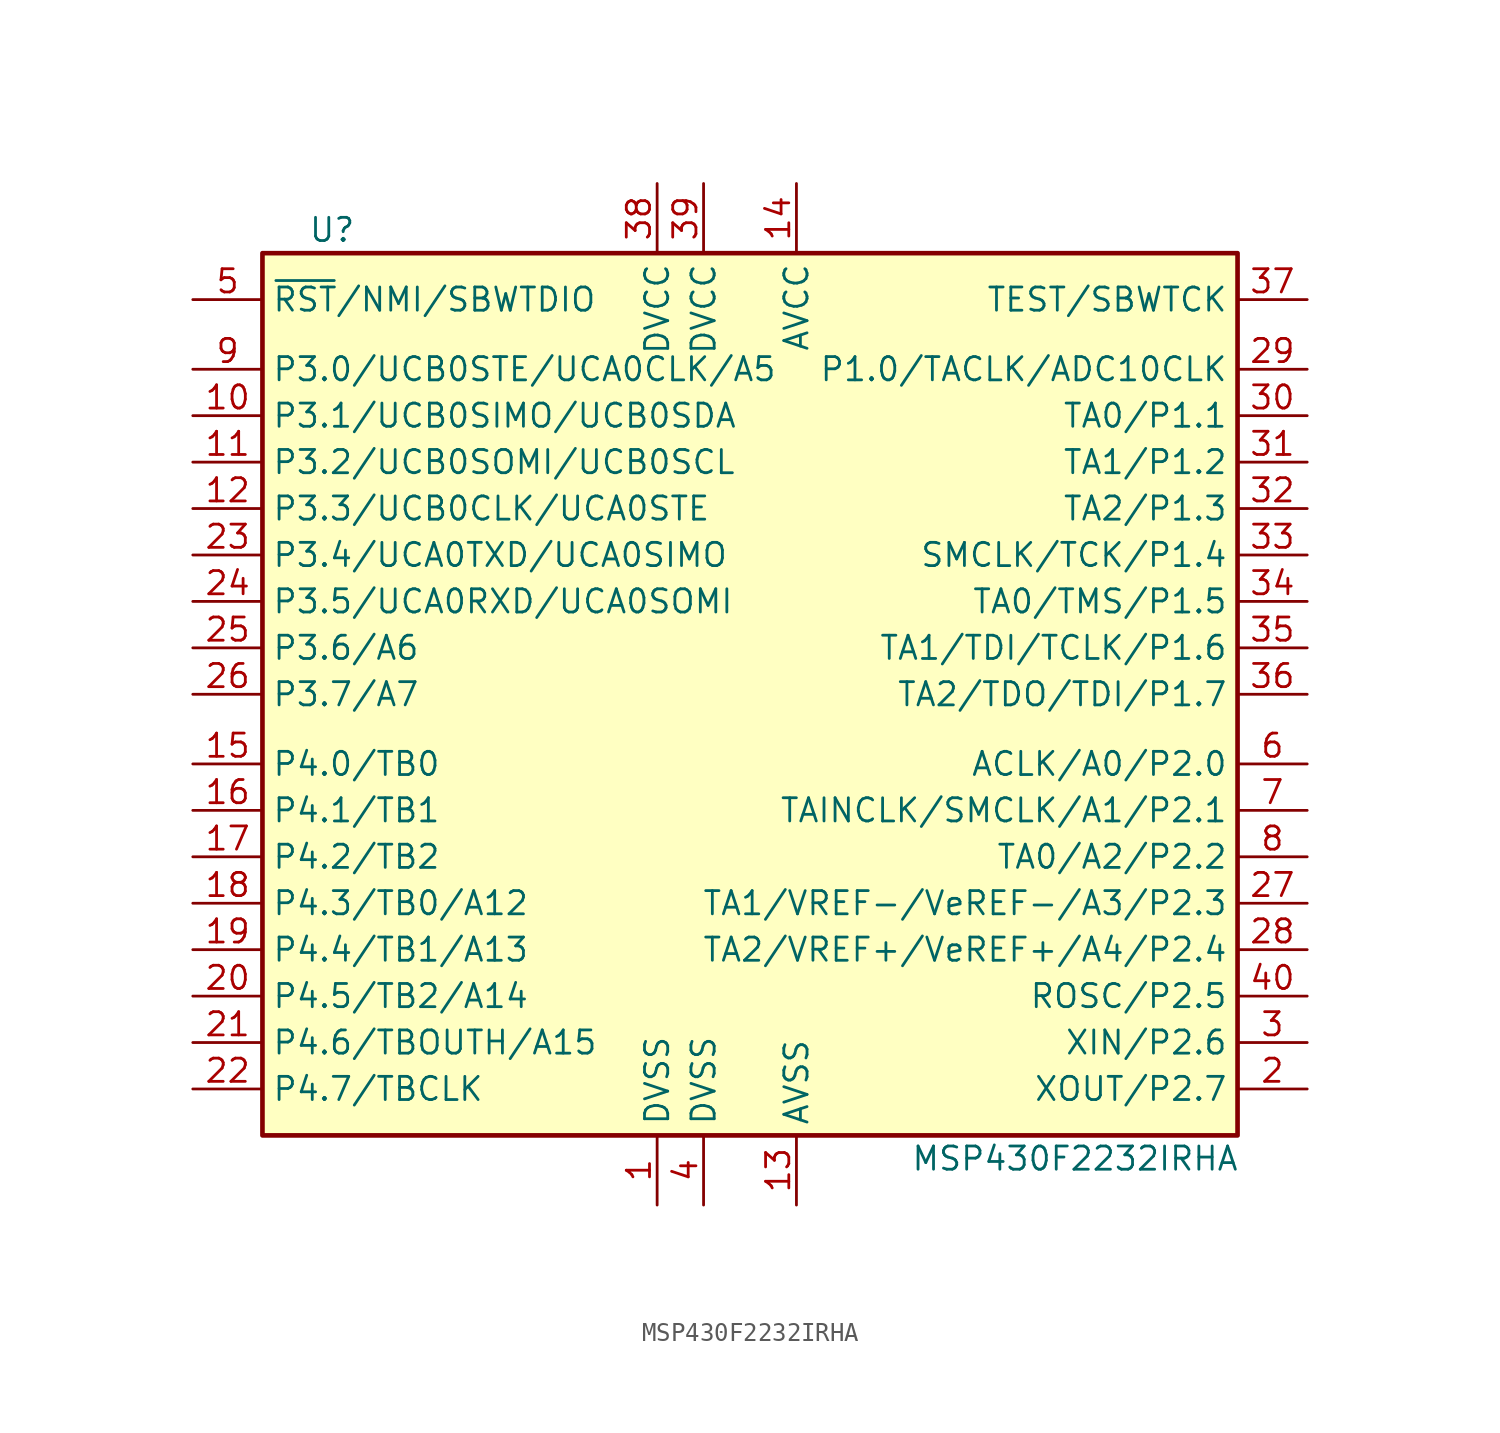
<source format=kicad_sym>
(kicad_symbol_lib
  (version 20201005)
  (generator kicad_symbol_editor)
  (symbol "MCU_Texas_MSP430:MSP430F2232IRHA"
    (property "Reference" "U"
      (at -22.86 25.4 0)
      (effects (font (size 1.27 1.27))))
    (property "Value" "MSP430F2232IRHA"
      (at 17.78 -25.4 0)
      (effects (font (size 1.27 1.27))))
    (symbol "MSP430F2232IRHA_0_1"
      (rectangle (start -26.67 24.13) (end 26.67 -24.13) (stroke (width 0.254)) (fill (type background))))
    (symbol "MSP430F2232IRHA_1_1"
      (pin power_in line (at -5.08 -27.94 90) (length 3.81) (name "DVSS" (effects (font (size 1.27 1.27)))) (number "1" (effects (font (size 1.27 1.27)))))
      (pin bidirectional line (at -30.48 15.24 0) (length 3.81) (name "P3.1/UCB0SIMO/UCB0SDA" (effects (font (size 1.27 1.27)))) (number "10" (effects (font (size 1.27 1.27)))))
      (pin bidirectional line (at -30.48 12.7 0) (length 3.81) (name "P3.2/UCB0SOMI/UCB0SCL" (effects (font (size 1.27 1.27)))) (number "11" (effects (font (size 1.27 1.27)))))
      (pin bidirectional line (at -30.48 10.16 0) (length 3.81) (name "P3.3/UCB0CLK/UCA0STE" (effects (font (size 1.27 1.27)))) (number "12" (effects (font (size 1.27 1.27)))))
      (pin power_in line (at 2.54 -27.94 90) (length 3.81) (name "AVSS" (effects (font (size 1.27 1.27)))) (number "13" (effects (font (size 1.27 1.27)))))
      (pin power_in line (at 2.54 27.94 270) (length 3.81) (name "AVCC" (effects (font (size 1.27 1.27)))) (number "14" (effects (font (size 1.27 1.27)))))
      (pin bidirectional line (at -30.48 -3.81 0) (length 3.81) (name "P4.0/TB0" (effects (font (size 1.27 1.27)))) (number "15" (effects (font (size 1.27 1.27)))))
      (pin bidirectional line (at -30.48 -6.35 0) (length 3.81) (name "P4.1/TB1" (effects (font (size 1.27 1.27)))) (number "16" (effects (font (size 1.27 1.27)))))
      (pin bidirectional line (at -30.48 -8.89 0) (length 3.81) (name "P4.2/TB2" (effects (font (size 1.27 1.27)))) (number "17" (effects (font (size 1.27 1.27)))))
      (pin bidirectional line (at -30.48 -11.43 0) (length 3.81) (name "P4.3/TB0/A12" (effects (font (size 1.27 1.27)))) (number "18" (effects (font (size 1.27 1.27)))))
      (pin bidirectional line (at -30.48 -13.97 0) (length 3.81) (name "P4.4/TB1/A13" (effects (font (size 1.27 1.27)))) (number "19" (effects (font (size 1.27 1.27)))))
      (pin bidirectional line (at 30.48 -21.59 180) (length 3.81) (name "XOUT/P2.7" (effects (font (size 1.27 1.27)))) (number "2" (effects (font (size 1.27 1.27)))))
      (pin bidirectional line (at -30.48 -16.51 0) (length 3.81) (name "P4.5/TB2/A14" (effects (font (size 1.27 1.27)))) (number "20" (effects (font (size 1.27 1.27)))))
      (pin bidirectional line (at -30.48 -19.05 0) (length 3.81) (name "P4.6/TBOUTH/A15" (effects (font (size 1.27 1.27)))) (number "21" (effects (font (size 1.27 1.27)))))
      (pin bidirectional line (at -30.48 -21.59 0) (length 3.81) (name "P4.7/TBCLK" (effects (font (size 1.27 1.27)))) (number "22" (effects (font (size 1.27 1.27)))))
      (pin bidirectional line (at -30.48 7.62 0) (length 3.81) (name "P3.4/UCA0TXD/UCA0SIMO" (effects (font (size 1.27 1.27)))) (number "23" (effects (font (size 1.27 1.27)))))
      (pin bidirectional line (at -30.48 5.08 0) (length 3.81) (name "P3.5/UCA0RXD/UCA0SOMI" (effects (font (size 1.27 1.27)))) (number "24" (effects (font (size 1.27 1.27)))))
      (pin bidirectional line (at -30.48 2.54 0) (length 3.81) (name "P3.6/A6" (effects (font (size 1.27 1.27)))) (number "25" (effects (font (size 1.27 1.27)))))
      (pin bidirectional line (at -30.48 0 0) (length 3.81) (name "P3.7/A7" (effects (font (size 1.27 1.27)))) (number "26" (effects (font (size 1.27 1.27)))))
      (pin bidirectional line (at 30.48 -11.43 180) (length 3.81) (name "TA1/VREF-/VeREF-/A3/P2.3" (effects (font (size 1.27 1.27)))) (number "27" (effects (font (size 1.27 1.27)))))
      (pin bidirectional line (at 30.48 -13.97 180) (length 3.81) (name "TA2/VREF+/VeREF+/A4/P2.4" (effects (font (size 1.27 1.27)))) (number "28" (effects (font (size 1.27 1.27)))))
      (pin bidirectional line (at 30.48 17.78 180) (length 3.81) (name "P1.0/TACLK/ADC10CLK" (effects (font (size 1.27 1.27)))) (number "29" (effects (font (size 1.27 1.27)))))
      (pin bidirectional line (at 30.48 -19.05 180) (length 3.81) (name "XIN/P2.6" (effects (font (size 1.27 1.27)))) (number "3" (effects (font (size 1.27 1.27)))))
      (pin bidirectional line (at 30.48 15.24 180) (length 3.81) (name "TA0/P1.1" (effects (font (size 1.27 1.27)))) (number "30" (effects (font (size 1.27 1.27)))))
      (pin bidirectional line (at 30.48 12.7 180) (length 3.81) (name "TA1/P1.2" (effects (font (size 1.27 1.27)))) (number "31" (effects (font (size 1.27 1.27)))))
      (pin bidirectional line (at 30.48 10.16 180) (length 3.81) (name "TA2/P1.3" (effects (font (size 1.27 1.27)))) (number "32" (effects (font (size 1.27 1.27)))))
      (pin bidirectional line (at 30.48 7.62 180) (length 3.81) (name "SMCLK/TCK/P1.4" (effects (font (size 1.27 1.27)))) (number "33" (effects (font (size 1.27 1.27)))))
      (pin bidirectional line (at 30.48 5.08 180) (length 3.81) (name "TA0/TMS/P1.5" (effects (font (size 1.27 1.27)))) (number "34" (effects (font (size 1.27 1.27)))))
      (pin bidirectional line (at 30.48 2.54 180) (length 3.81) (name "TA1/TDI/TCLK/P1.6" (effects (font (size 1.27 1.27)))) (number "35" (effects (font (size 1.27 1.27)))))
      (pin bidirectional line (at 30.48 0 180) (length 3.81) (name "TA2/TDO/TDI/P1.7" (effects (font (size 1.27 1.27)))) (number "36" (effects (font (size 1.27 1.27)))))
      (pin input line (at 30.48 21.59 180) (length 3.81) (name "TEST/SBWTCK" (effects (font (size 1.27 1.27)))) (number "37" (effects (font (size 1.27 1.27)))))
      (pin power_in line (at -5.08 27.94 270) (length 3.81) (name "DVCC" (effects (font (size 1.27 1.27)))) (number "38" (effects (font (size 1.27 1.27)))))
      (pin power_in line (at -2.54 27.94 270) (length 3.81) (name "DVCC" (effects (font (size 1.27 1.27)))) (number "39" (effects (font (size 1.27 1.27)))))
      (pin power_in line (at -2.54 -27.94 90) (length 3.81) (name "DVSS" (effects (font (size 1.27 1.27)))) (number "4" (effects (font (size 1.27 1.27)))))
      (pin bidirectional line (at 30.48 -16.51 180) (length 3.81) (name "ROSC/P2.5" (effects (font (size 1.27 1.27)))) (number "40" (effects (font (size 1.27 1.27)))))
      (pin input line (at -30.48 21.59 0) (length 3.81) (name "~RST~/NMI/SBWTDIO" (effects (font (size 1.27 1.27)))) (number "5" (effects (font (size 1.27 1.27)))))
      (pin bidirectional line (at 30.48 -3.81 180) (length 3.81) (name "ACLK/A0/P2.0" (effects (font (size 1.27 1.27)))) (number "6" (effects (font (size 1.27 1.27)))))
      (pin bidirectional line (at 30.48 -6.35 180) (length 3.81) (name "TAINCLK/SMCLK/A1/P2.1" (effects (font (size 1.27 1.27)))) (number "7" (effects (font (size 1.27 1.27)))))
      (pin bidirectional line (at 30.48 -8.89 180) (length 3.81) (name "TA0/A2/P2.2" (effects (font (size 1.27 1.27)))) (number "8" (effects (font (size 1.27 1.27)))))
      (pin bidirectional line (at -30.48 17.78 0) (length 3.81) (name "P3.0/UCB0STE/UCA0CLK/A5" (effects (font (size 1.27 1.27)))) (number "9" (effects (font (size 1.27 1.27))))))))
</source>
